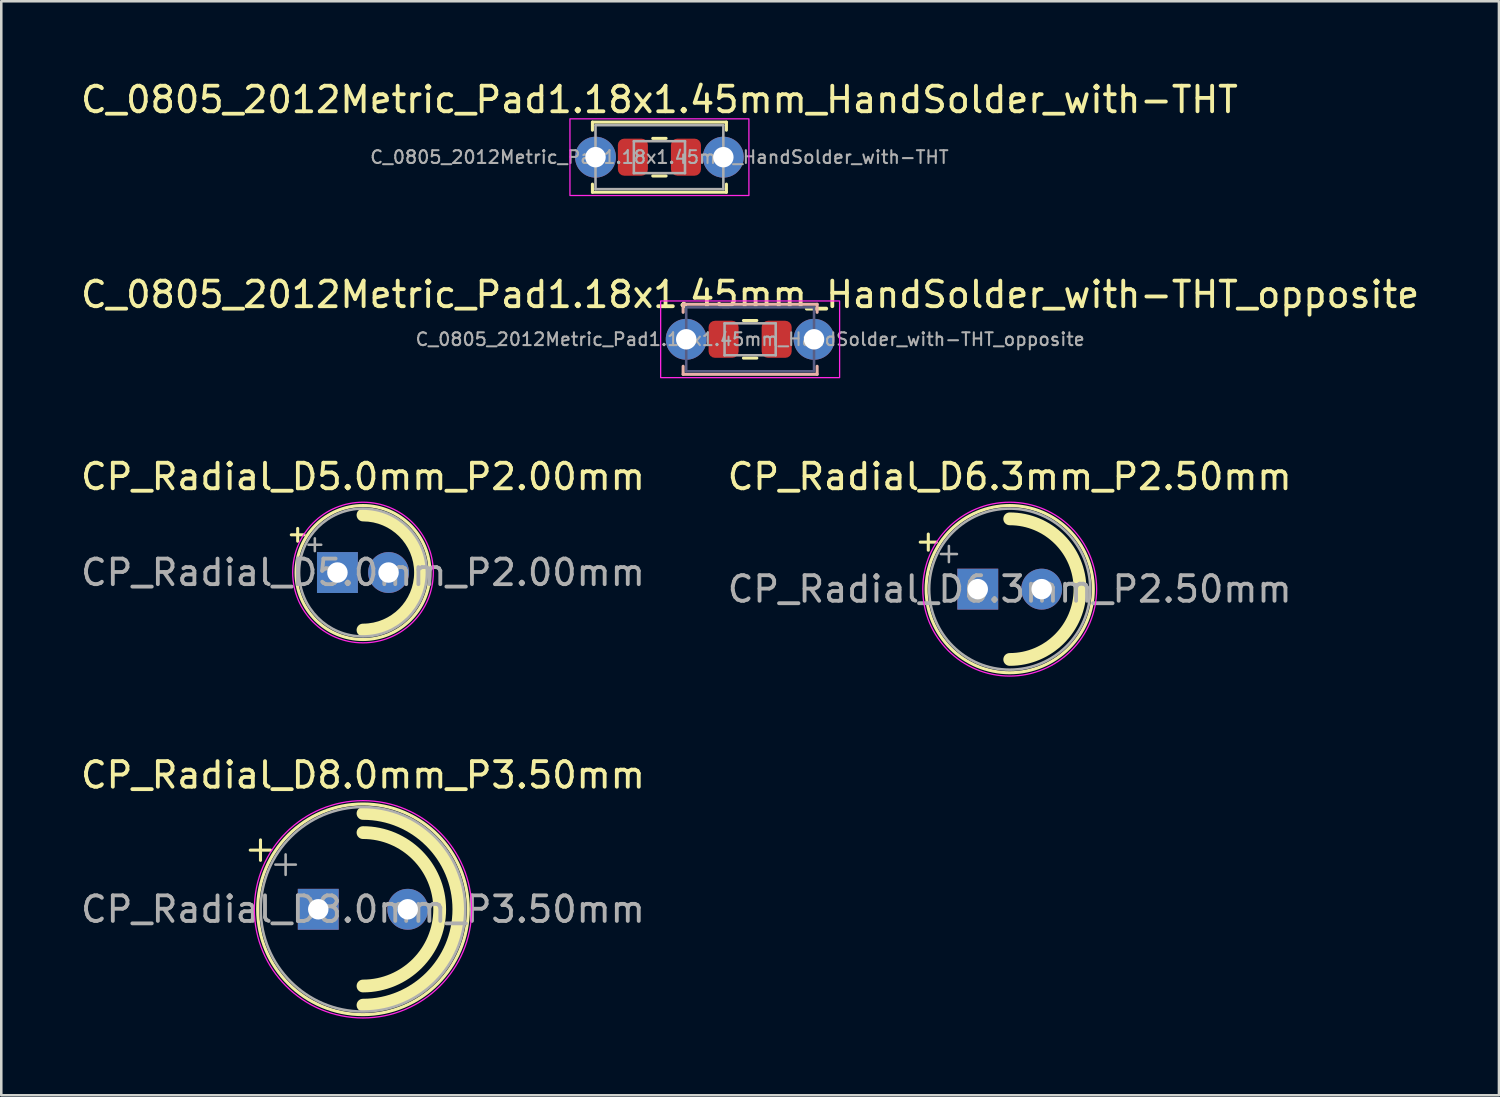
<source format=kicad_pcb>
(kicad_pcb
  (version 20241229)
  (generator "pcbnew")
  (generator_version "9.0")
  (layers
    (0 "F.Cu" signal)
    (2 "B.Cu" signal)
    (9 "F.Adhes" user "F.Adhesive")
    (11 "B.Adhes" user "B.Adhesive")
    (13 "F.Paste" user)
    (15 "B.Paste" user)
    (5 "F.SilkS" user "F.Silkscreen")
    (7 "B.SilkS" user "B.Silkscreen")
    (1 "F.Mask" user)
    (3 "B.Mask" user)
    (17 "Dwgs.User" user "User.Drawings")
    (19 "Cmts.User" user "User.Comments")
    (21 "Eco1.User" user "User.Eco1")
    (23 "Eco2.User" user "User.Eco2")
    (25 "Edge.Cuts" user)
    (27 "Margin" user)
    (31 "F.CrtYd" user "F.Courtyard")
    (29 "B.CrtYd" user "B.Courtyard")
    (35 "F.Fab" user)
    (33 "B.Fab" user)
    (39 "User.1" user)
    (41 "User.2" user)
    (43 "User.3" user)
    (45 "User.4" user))
  (footprint "CP_Radial_D8.0mm_P3.50mm"
    (layer "F.Cu")
    (at 9.399 32.518)
    (property "Reference" "CP_Radial_D8.0mm_P3.50mm" (at 1.75 -5.25 0) (layer "F.SilkS") (effects (font (size 1 1) (thickness 0.15))))
    (attr through_hole)
    (fp_line (start -2.66 -2.315) (end -1.86 -2.315) (stroke (width 0.12) (type solid)) (layer "F.SilkS"))
    (fp_line (start -2.26 -2.715) (end -2.26 -1.915) (stroke (width 0.12) (type solid)) (layer "F.SilkS"))
    (fp_arc (start 1.75 -3.75) (mid 5.5 0) (end 1.75 3.75) (stroke (width 0.5) (type default)) (layer "F.SilkS"))
    (fp_arc (start 1.75 -3) (mid 4.75 0) (end 1.75 3) (stroke (width 0.5) (type default)) (layer "F.SilkS"))
    (fp_circle (center 1.75 0) (end 5.87 0) (stroke (width 0.12) (type solid)) (fill no) (layer "F.SilkS"))
    (fp_circle (center 1.75 0) (end 6 0) (stroke (width 0.05) (type solid)) (fill no) (layer "F.CrtYd"))
    (fp_line (start -1.677 -1.748) (end -0.877 -1.748) (stroke (width 0.1) (type solid)) (layer "F.Fab"))
    (fp_line (start -1.277 -2.147) (end -1.277 -1.347) (stroke (width 0.1) (type solid)) (layer "F.Fab"))
    (fp_circle (center 1.75 0) (end 5.75 0) (stroke (width 0.1) (type solid)) (fill no) (layer "F.Fab"))
    (fp_text user "${REFERENCE}" (at 1.75 0 0) (layer "F.Fab") (effects (font (size 1 1) (thickness 0.15))))
    (pad "1" thru_hole rect (at 0 0) (size 1.6 1.6) (drill 0.8) (layers "*.Cu" "*.Mask"))
    (pad "2" thru_hole circle (at 3.5 0) (size 1.6 1.6) (drill 0.8) (layers "*.Cu" "*.Mask")))
  (footprint "CP_Radial_D5.0mm_P2.00mm"
    (layer "F.Cu")
    (at 10.149 19.345)
    (property "Reference" "CP_Radial_D5.0mm_P2.00mm" (at 1 -3.75 0) (layer "F.SilkS") (effects (font (size 1 1) (thickness 0.15))))
    (attr through_hole)
    (fp_line (start -1.805 -1.475) (end -1.305 -1.475) (stroke (width 0.12) (type solid)) (layer "F.SilkS"))
    (fp_line (start -1.555 -1.725) (end -1.555 -1.225) (stroke (width 0.12) (type solid)) (layer "F.SilkS"))
    (fp_arc (start 1 -2.25) (mid 3.25 0) (end 1 2.25) (stroke (width 0.5) (type default)) (layer "F.SilkS"))
    (fp_circle (center 1 0) (end 3.62 0) (stroke (width 0.12) (type solid)) (fill no) (layer "F.SilkS"))
    (fp_circle (center 1 0) (end 3.75 0) (stroke (width 0.05) (type solid)) (fill no) (layer "F.CrtYd"))
    (fp_line (start -1.134 -1.087) (end -0.634 -1.087) (stroke (width 0.1) (type solid)) (layer "F.Fab"))
    (fp_line (start -0.884 -1.337) (end -0.884 -0.838) (stroke (width 0.1) (type solid)) (layer "F.Fab"))
    (fp_circle (center 1 0) (end 3.5 0) (stroke (width 0.1) (type solid)) (fill no) (layer "F.Fab"))
    (fp_text user "${REFERENCE}" (at 1 0 0) (layer "F.Fab") (effects (font (size 1 1) (thickness 0.15))))
    (pad "1" thru_hole rect (at 0 0) (size 1.6 1.6) (drill 0.8) (layers "*.Cu" "*.Mask"))
    (pad "2" thru_hole circle (at 2 0) (size 1.6 1.6) (drill 0.8) (layers "*.Cu" "*.Mask")))
  (footprint "CP_Radial_D6.3mm_P2.50mm"
    (layer "F.Cu")
    (at 35.196 19.995)
    (property "Reference" "CP_Radial_D6.3mm_P2.50mm" (at 1.25 -4.4 0) (layer "F.SilkS") (effects (font (size 1 1) (thickness 0.15))))
    (attr through_hole)
    (fp_line (start -2.25 -1.839) (end -1.62 -1.839) (stroke (width 0.12) (type solid)) (layer "F.SilkS"))
    (fp_line (start -1.935 -2.154) (end -1.935 -1.524) (stroke (width 0.12) (type solid)) (layer "F.SilkS"))
    (fp_arc (start 1.25 -2.75) (mid 4 0) (end 1.25 2.75) (stroke (width 0.5) (type default)) (layer "F.SilkS"))
    (fp_circle (center 1.25 0) (end 4.52 0) (stroke (width 0.12) (type solid)) (fill no) (layer "F.SilkS"))
    (fp_circle (center 1.25 0) (end 4.65 0) (stroke (width 0.05) (type solid)) (fill no) (layer "F.CrtYd"))
    (fp_line (start -1.444 -1.373) (end -0.814 -1.373) (stroke (width 0.1) (type solid)) (layer "F.Fab"))
    (fp_line (start -1.129 -1.688) (end -1.129 -1.058) (stroke (width 0.1) (type solid)) (layer "F.Fab"))
    (fp_circle (center 1.25 0) (end 4.4 0) (stroke (width 0.1) (type solid)) (fill no) (layer "F.Fab"))
    (fp_text user "${REFERENCE}" (at 1.25 0 0) (layer "F.Fab") (effects (font (size 1 1) (thickness 0.15))))
    (pad "1" thru_hole rect (at 0 0) (size 1.6 1.6) (drill 0.8) (layers "*.Cu" "*.Mask"))
    (pad "2" thru_hole circle (at 2.5 0) (size 1.6 1.6) (drill 0.8) (layers "*.Cu" "*.Mask")))
  (footprint "C_0805_2012Metric_Pad1.18x1.45mm_HandSolder_with-THT"
    (layer "F.Cu")
    (at 22.744 3.098)
    (property "Reference" "C_0805_2012Metric_Pad1.18x1.45mm_HandSolder_with-THT" (at 0 -2.25 0) (layer "F.SilkS") (effects (font (size 1 1) (thickness 0.15))))
    (attr smd)
    (fp_line (start -2.62 -1.37) (end -2.62 -1.055) (stroke (width 0.12) (type solid)) (layer "F.SilkS"))
    (fp_line (start -2.62 -1.37) (end 2.62 -1.37) (stroke (width 0.12) (type solid)) (layer "F.SilkS"))
    (fp_line (start -2.62 1.055) (end -2.62 1.37) (stroke (width 0.12) (type solid)) (layer "F.SilkS"))
    (fp_line (start -2.62 1.37) (end 2.62 1.37) (stroke (width 0.12) (type solid)) (layer "F.SilkS"))
    (fp_line (start -0.261 -0.735) (end 0.261 -0.735) (stroke (width 0.12) (type solid)) (layer "F.SilkS"))
    (fp_line (start -0.261 0.735) (end 0.261 0.735) (stroke (width 0.12) (type solid)) (layer "F.SilkS"))
    (fp_line (start 2.62 -1.37) (end 2.62 -1.055) (stroke (width 0.12) (type solid)) (layer "F.SilkS"))
    (fp_line (start 2.62 1.055) (end 2.62 1.37) (stroke (width 0.12) (type solid)) (layer "F.SilkS"))
    (fp_rect (start -3.5 -1.5) (end 3.5 1.5) (stroke (width 0.05) (type default)) (fill no) (layer "F.CrtYd"))
    (fp_line (start -2.5 -1.25) (end -2.5 1.25) (stroke (width 0.1) (type solid)) (layer "F.Fab"))
    (fp_line (start -2.5 1.25) (end 2.5 1.25) (stroke (width 0.1) (type solid)) (layer "F.Fab"))
    (fp_line (start -1 -0.625) (end 1 -0.625) (stroke (width 0.1) (type solid)) (layer "F.Fab"))
    (fp_line (start -1 0.625) (end -1 -0.625) (stroke (width 0.1) (type solid)) (layer "F.Fab"))
    (fp_line (start 1 -0.625) (end 1 0.625) (stroke (width 0.1) (type solid)) (layer "F.Fab"))
    (fp_line (start 1 0.625) (end -1 0.625) (stroke (width 0.1) (type solid)) (layer "F.Fab"))
    (fp_line (start 2.5 -1.25) (end -2.5 -1.25) (stroke (width 0.1) (type solid)) (layer "F.Fab"))
    (fp_line (start 2.5 1.25) (end 2.5 -1.25) (stroke (width 0.1) (type solid)) (layer "F.Fab"))
    (fp_text user "${REFERENCE}" (at 0 0 0) (layer "F.Fab") (effects (font (size 0.5 0.5) (thickness 0.08))))
    (pad "1" thru_hole circle (at -2.5 0) (size 1.6 1.6) (drill 0.8) (layers "*.Cu" "*.Mask"))
    (pad "1" smd roundrect (at -1.038 0) (size 1.175 1.45) (layers "F.Cu" "F.Mask" "F.Paste") (roundrect_rratio 0.213))
    (pad "2" smd roundrect (at 1.038 0) (size 1.175 1.45) (layers "F.Cu" "F.Mask" "F.Paste") (roundrect_rratio 0.213))
    (pad "2" thru_hole circle (at 2.5 0) (size 1.6 1.6) (drill 0.8) (layers "*.Cu" "*.Mask")))
  (footprint "C_0805_2012Metric_Pad1.18x1.45mm_HandSolder_with-THT_opposite"
    (layer "F.Cu")
    (at 26.292 10.222)
    (property "Reference" "C_0805_2012Metric_Pad1.18x1.45mm_HandSolder_with-THT_opposite" (at 0 -1.75 0) (layer "F.SilkS") (effects (font (size 1 1) (thickness 0.15))))
    (attr smd)
    (fp_line (start -0.261 -0.735) (end 0.261 -0.735) (stroke (width 0.12) (type solid)) (layer "F.SilkS"))
    (fp_line (start -0.261 0.735) (end 0.261 0.735) (stroke (width 0.12) (type solid)) (layer "F.SilkS"))
    (fp_line (start -2.62 -1.37) (end 2.62 -1.37) (stroke (width 0.12) (type solid)) (layer "B.SilkS"))
    (fp_line (start -2.62 -1.055) (end -2.62 -1.37) (stroke (width 0.12) (type solid)) (layer "B.SilkS"))
    (fp_line (start -2.62 1.37) (end -2.62 1.055) (stroke (width 0.12) (type solid)) (layer "B.SilkS"))
    (fp_line (start -2.62 1.37) (end 2.62 1.37) (stroke (width 0.12) (type solid)) (layer "B.SilkS"))
    (fp_line (start 2.62 -1.055) (end 2.62 -1.37) (stroke (width 0.12) (type solid)) (layer "B.SilkS"))
    (fp_line (start 2.62 1.37) (end 2.62 1.055) (stroke (width 0.12) (type solid)) (layer "B.SilkS"))
    (fp_rect (start -3.5 -1.5) (end 3.5 1.5) (stroke (width 0.05) (type default)) (fill no) (layer "F.CrtYd"))
    (fp_line (start -2.5 -1.25) (end -2.5 1.25) (stroke (width 0.1) (type solid)) (layer "B.Fab"))
    (fp_line (start -2.5 1.25) (end 2.5 1.25) (stroke (width 0.1) (type solid)) (layer "B.Fab"))
    (fp_line (start 2.5 -1.25) (end -2.5 -1.25) (stroke (width 0.1) (type solid)) (layer "B.Fab"))
    (fp_line (start 2.5 1.25) (end 2.5 -1.25) (stroke (width 0.1) (type solid)) (layer "B.Fab"))
    (fp_line (start -1 -0.625) (end 1 -0.625) (stroke (width 0.1) (type solid)) (layer "F.Fab"))
    (fp_line (start -1 0.625) (end -1 -0.625) (stroke (width 0.1) (type solid)) (layer "F.Fab"))
    (fp_line (start 1 -0.625) (end 1 0.625) (stroke (width 0.1) (type solid)) (layer "F.Fab"))
    (fp_line (start 1 0.625) (end -1 0.625) (stroke (width 0.1) (type solid)) (layer "F.Fab"))
    (fp_text user "${REFERENCE}" (at 0 0 0) (layer "F.Fab") (effects (font (size 0.5 0.5) (thickness 0.08))))
    (pad "1" thru_hole circle (at -2.5 0) (size 1.6 1.6) (drill 0.8) (layers "*.Cu" "*.Mask"))
    (pad "1" smd roundrect (at -1.038 0) (size 1.175 1.45) (layers "F.Cu" "F.Mask" "F.Paste") (roundrect_rratio 0.213))
    (pad "2" smd roundrect (at 1.038 0) (size 1.175 1.45) (layers "F.Cu" "F.Mask" "F.Paste") (roundrect_rratio 0.213))
    (pad "2" thru_hole circle (at 2.5 0) (size 1.6 1.6) (drill 0.8) (layers "*.Cu" "*.Mask")))
  (gr_rect
    (start -3 -3)
    (end 55.583 39.793)
    (stroke (width 0.1) (type default))
    (fill no)
    (layer "Edge.Cuts")))
</source>
